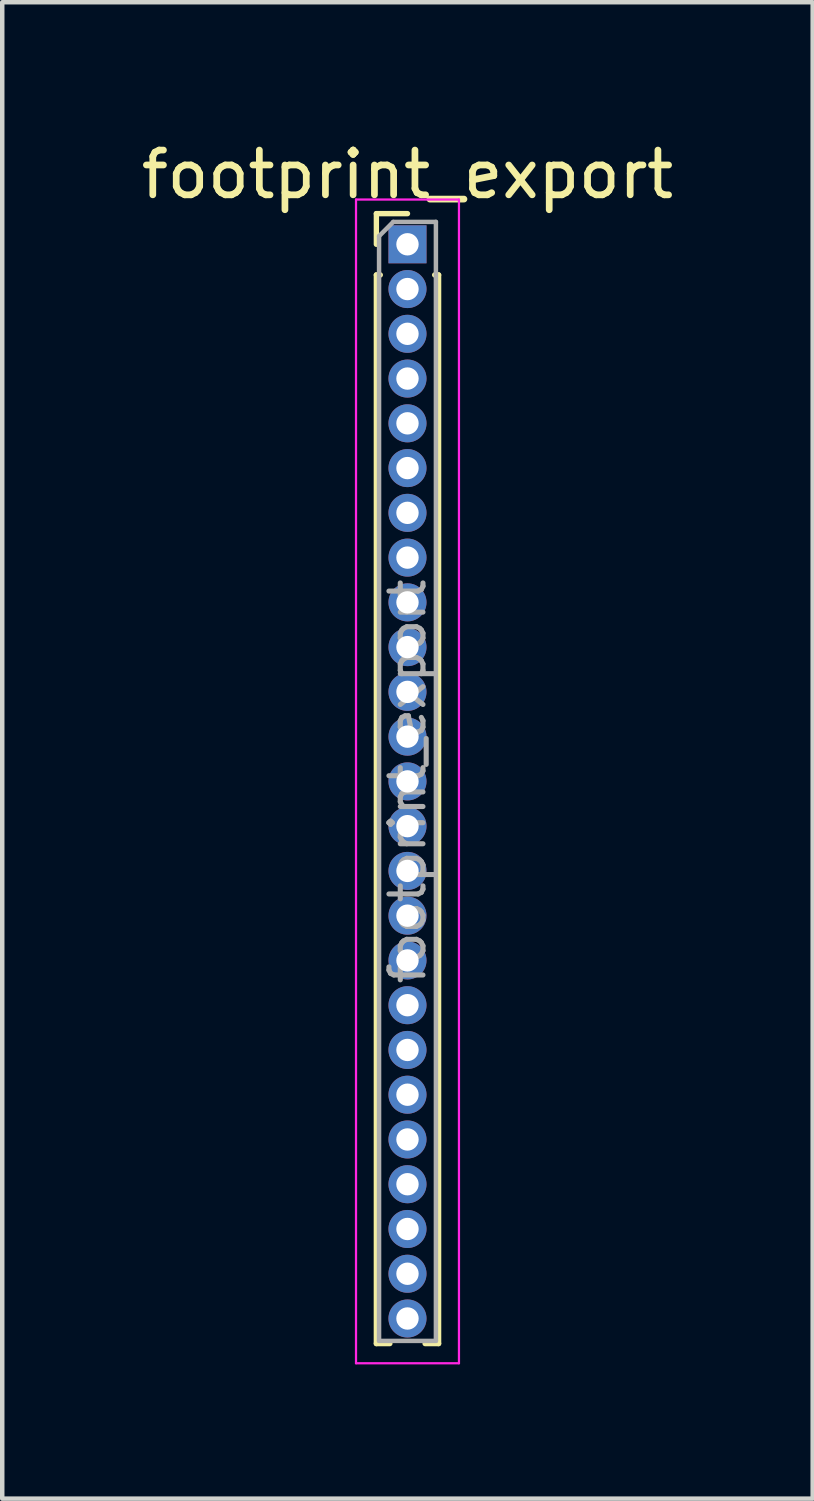
<source format=kicad_pcb>
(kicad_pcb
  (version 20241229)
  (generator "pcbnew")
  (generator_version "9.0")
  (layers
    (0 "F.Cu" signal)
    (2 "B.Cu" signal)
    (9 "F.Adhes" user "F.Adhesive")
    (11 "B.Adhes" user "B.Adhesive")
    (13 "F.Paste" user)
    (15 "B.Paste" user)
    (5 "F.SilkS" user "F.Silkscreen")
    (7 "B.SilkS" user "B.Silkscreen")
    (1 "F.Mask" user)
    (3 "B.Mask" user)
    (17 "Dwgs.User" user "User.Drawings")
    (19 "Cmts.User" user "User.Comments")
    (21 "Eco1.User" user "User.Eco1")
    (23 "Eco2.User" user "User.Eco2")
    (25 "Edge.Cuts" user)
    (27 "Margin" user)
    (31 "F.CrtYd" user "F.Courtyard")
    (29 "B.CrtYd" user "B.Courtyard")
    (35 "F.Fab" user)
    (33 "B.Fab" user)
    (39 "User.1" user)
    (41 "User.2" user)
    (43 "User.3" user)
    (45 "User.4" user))
  (footprint "footprint_export"
    (layer "F.Cu")
    (at 6.054 2.408)
    (property "Reference" "footprint_export" (at 0 -1.56 0) (layer "F.SilkS") (effects (font (size 1 1) (thickness 0.15))))
    (attr through_hole)
    (fp_line (start -0.695 -0.685) (end 0 -0.685) (stroke (width 0.12) (type solid)) (layer "F.SilkS"))
    (fp_line (start -0.695 0) (end -0.695 -0.685) (stroke (width 0.12) (type solid)) (layer "F.SilkS"))
    (fp_line (start -0.695 0.685) (end -0.695 24.56) (stroke (width 0.12) (type solid)) (layer "F.SilkS"))
    (fp_line (start -0.695 0.685) (end -0.608 0.685) (stroke (width 0.12) (type solid)) (layer "F.SilkS"))
    (fp_line (start -0.695 24.56) (end -0.394 24.56) (stroke (width 0.12) (type solid)) (layer "F.SilkS"))
    (fp_line (start 0.394 24.56) (end 0.695 24.56) (stroke (width 0.12) (type solid)) (layer "F.SilkS"))
    (fp_line (start 0.608 0.685) (end 0.695 0.685) (stroke (width 0.12) (type solid)) (layer "F.SilkS"))
    (fp_line (start 0.695 0.685) (end 0.695 24.56) (stroke (width 0.12) (type solid)) (layer "F.SilkS"))
    (fp_line (start -1.15 -1) (end -1.15 25) (stroke (width 0.05) (type solid)) (layer "F.CrtYd"))
    (fp_line (start -1.15 25) (end 1.15 25) (stroke (width 0.05) (type solid)) (layer "F.CrtYd"))
    (fp_line (start 1.15 -1) (end -1.15 -1) (stroke (width 0.05) (type solid)) (layer "F.CrtYd"))
    (fp_line (start 1.15 25) (end 1.15 -1) (stroke (width 0.05) (type solid)) (layer "F.CrtYd"))
    (fp_line (start -0.635 -0.182) (end -0.318 -0.5) (stroke (width 0.1) (type solid)) (layer "F.Fab"))
    (fp_line (start -0.635 24.5) (end -0.635 -0.182) (stroke (width 0.1) (type solid)) (layer "F.Fab"))
    (fp_line (start -0.318 -0.5) (end 0.635 -0.5) (stroke (width 0.1) (type solid)) (layer "F.Fab"))
    (fp_line (start 0.635 -0.5) (end 0.635 24.5) (stroke (width 0.1) (type solid)) (layer "F.Fab"))
    (fp_line (start 0.635 24.5) (end -0.635 24.5) (stroke (width 0.1) (type solid)) (layer "F.Fab"))
    (fp_text user "${REFERENCE}" (at 0 12 90) (layer "F.Fab") (effects (font (size 0.76 0.76) (thickness 0.114))))
    (pad "1" thru_hole rect (at 0 0) (size 0.85 0.85) (drill 0.5) (layers "*.Cu" "*.Mask"))
    (pad "2" thru_hole oval (at 0 1) (size 0.85 0.85) (drill 0.5) (layers "*.Cu" "*.Mask"))
    (pad "3" thru_hole oval (at 0 2) (size 0.85 0.85) (drill 0.5) (layers "*.Cu" "*.Mask"))
    (pad "4" thru_hole oval (at 0 3) (size 0.85 0.85) (drill 0.5) (layers "*.Cu" "*.Mask"))
    (pad "5" thru_hole oval (at 0 4) (size 0.85 0.85) (drill 0.5) (layers "*.Cu" "*.Mask"))
    (pad "6" thru_hole oval (at 0 5) (size 0.85 0.85) (drill 0.5) (layers "*.Cu" "*.Mask"))
    (pad "7" thru_hole oval (at 0 6) (size 0.85 0.85) (drill 0.5) (layers "*.Cu" "*.Mask"))
    (pad "8" thru_hole oval (at 0 7) (size 0.85 0.85) (drill 0.5) (layers "*.Cu" "*.Mask"))
    (pad "9" thru_hole oval (at 0 8) (size 0.85 0.85) (drill 0.5) (layers "*.Cu" "*.Mask"))
    (pad "10" thru_hole oval (at 0 9) (size 0.85 0.85) (drill 0.5) (layers "*.Cu" "*.Mask"))
    (pad "11" thru_hole oval (at 0 10) (size 0.85 0.85) (drill 0.5) (layers "*.Cu" "*.Mask"))
    (pad "12" thru_hole oval (at 0 11) (size 0.85 0.85) (drill 0.5) (layers "*.Cu" "*.Mask"))
    (pad "13" thru_hole oval (at 0 12) (size 0.85 0.85) (drill 0.5) (layers "*.Cu" "*.Mask"))
    (pad "14" thru_hole oval (at 0 13) (size 0.85 0.85) (drill 0.5) (layers "*.Cu" "*.Mask"))
    (pad "15" thru_hole oval (at 0 14) (size 0.85 0.85) (drill 0.5) (layers "*.Cu" "*.Mask"))
    (pad "16" thru_hole oval (at 0 15) (size 0.85 0.85) (drill 0.5) (layers "*.Cu" "*.Mask"))
    (pad "17" thru_hole oval (at 0 16) (size 0.85 0.85) (drill 0.5) (layers "*.Cu" "*.Mask"))
    (pad "18" thru_hole oval (at 0 17) (size 0.85 0.85) (drill 0.5) (layers "*.Cu" "*.Mask"))
    (pad "19" thru_hole oval (at 0 18) (size 0.85 0.85) (drill 0.5) (layers "*.Cu" "*.Mask"))
    (pad "20" thru_hole oval (at 0 19) (size 0.85 0.85) (drill 0.5) (layers "*.Cu" "*.Mask"))
    (pad "21" thru_hole oval (at 0 20) (size 0.85 0.85) (drill 0.5) (layers "*.Cu" "*.Mask"))
    (pad "22" thru_hole oval (at 0 21) (size 0.85 0.85) (drill 0.5) (layers "*.Cu" "*.Mask"))
    (pad "23" thru_hole oval (at 0 22) (size 0.85 0.85) (drill 0.5) (layers "*.Cu" "*.Mask"))
    (pad "24" thru_hole oval (at 0 23) (size 0.85 0.85) (drill 0.5) (layers "*.Cu" "*.Mask"))
    (pad "25" thru_hole oval (at 0 24) (size 0.85 0.85) (drill 0.5) (layers "*.Cu" "*.Mask")))
  (gr_rect
    (start -3 -3)
    (end 15.107 30.433)
    (stroke (width 0.1) (type default))
    (fill no)
    (layer "Edge.Cuts")))
</source>
